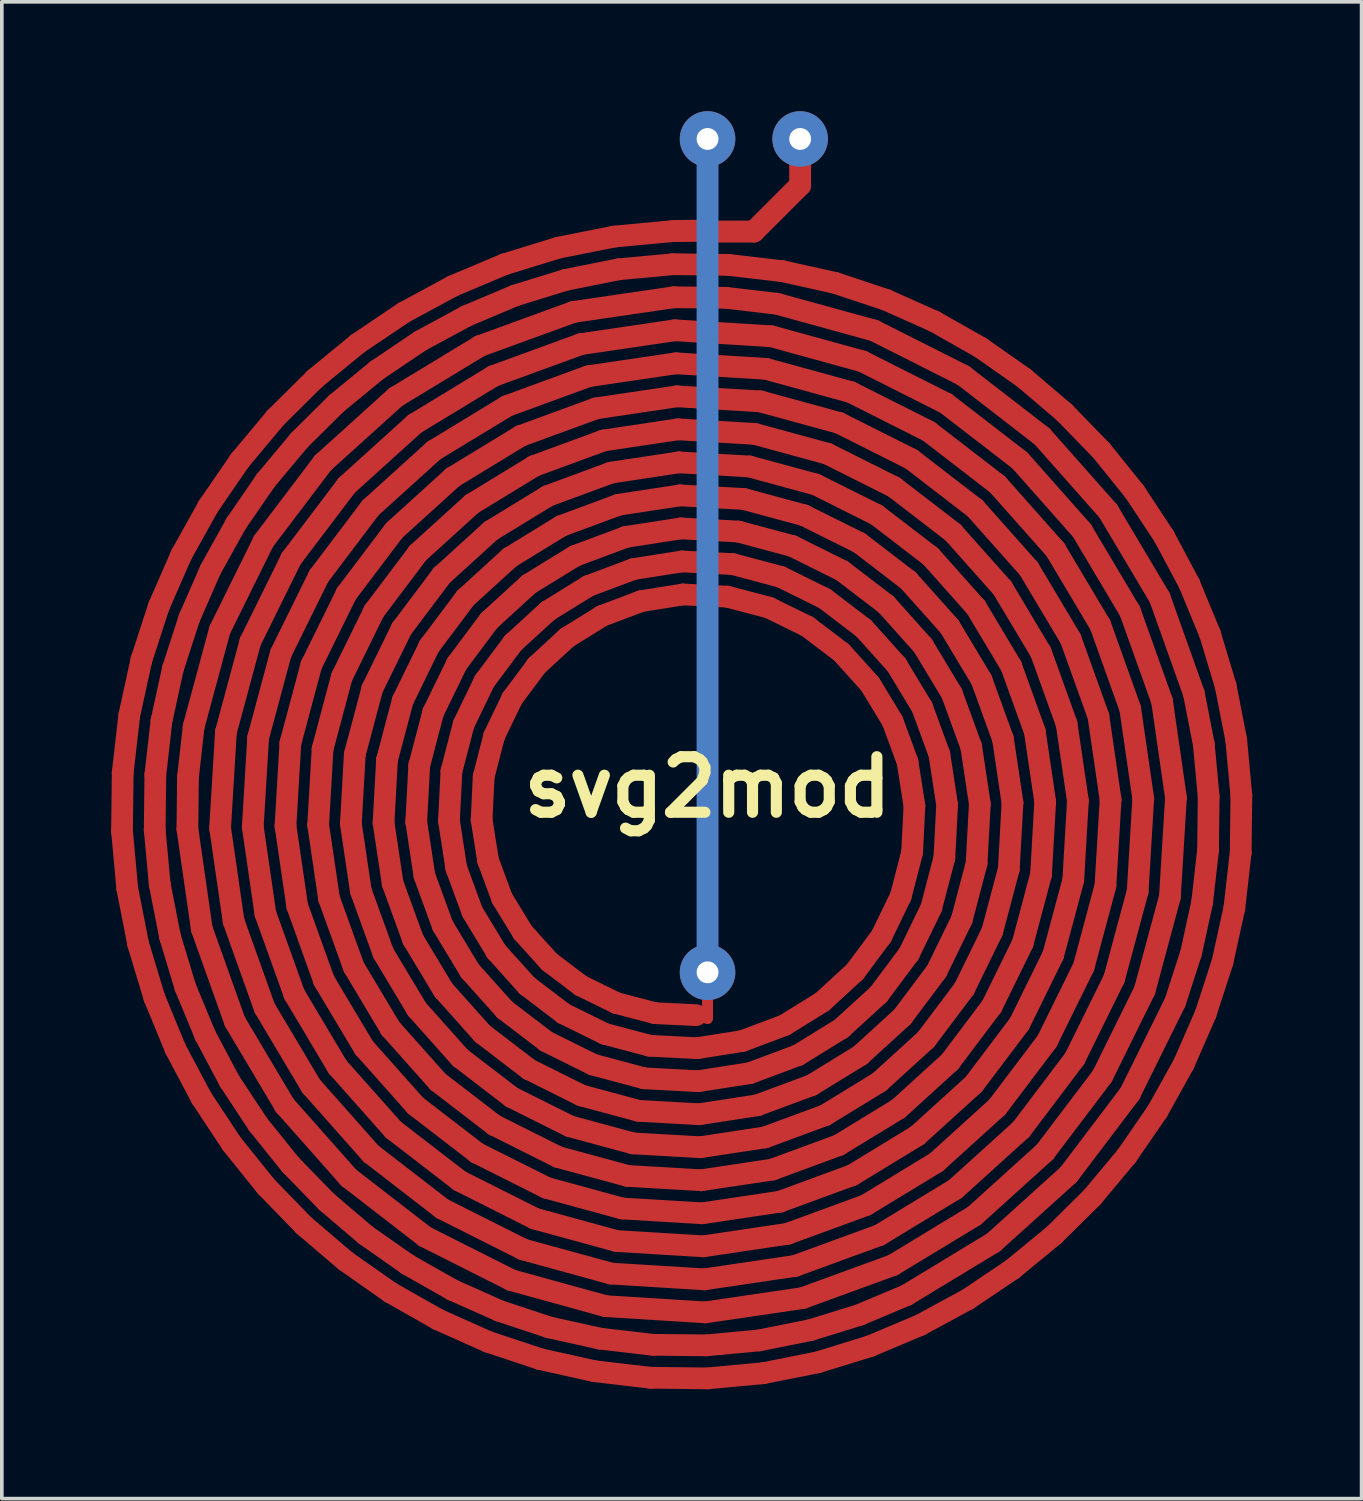
<source format=kicad_pcb>
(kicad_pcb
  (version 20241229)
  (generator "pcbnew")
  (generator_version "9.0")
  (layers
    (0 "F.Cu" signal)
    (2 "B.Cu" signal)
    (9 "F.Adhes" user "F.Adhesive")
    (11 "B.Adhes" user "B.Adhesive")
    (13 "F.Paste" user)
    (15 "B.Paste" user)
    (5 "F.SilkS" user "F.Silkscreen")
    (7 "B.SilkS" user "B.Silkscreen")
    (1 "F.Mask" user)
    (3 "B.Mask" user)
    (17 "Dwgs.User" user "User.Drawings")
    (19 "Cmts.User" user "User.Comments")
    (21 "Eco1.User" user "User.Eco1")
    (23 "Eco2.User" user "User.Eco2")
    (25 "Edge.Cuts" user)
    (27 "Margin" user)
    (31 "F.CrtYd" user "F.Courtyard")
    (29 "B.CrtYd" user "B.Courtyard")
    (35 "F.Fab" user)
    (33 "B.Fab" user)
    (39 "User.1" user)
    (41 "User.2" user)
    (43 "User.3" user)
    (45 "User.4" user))
  (footprint "svg2mod"
    (layer "F.Cu")
    (at 16.359 18.542)
    (property "Reference" "svg2mod" (at 0 0 0) (layer "F.SilkS") (effects (font (size 1.524 1.524) (thickness 0.305))))
    (attr smd)
    (fp_line (start -16.062 1.206) (end -16.043 -0.399) (stroke (width 0.596) (type solid)) (layer "F.Cu"))
    (fp_line (start -16.043 -0.399) (end -15.863 -1.967) (stroke (width 0.596) (type solid)) (layer "F.Cu"))
    (fp_line (start -15.918 2.779) (end -16.062 1.206) (stroke (width 0.596) (type solid)) (layer "F.Cu"))
    (fp_line (start -15.863 -1.967) (end -15.53 -3.491) (stroke (width 0.596) (type solid)) (layer "F.Cu"))
    (fp_line (start -15.619 4.305) (end -15.918 2.779) (stroke (width 0.596) (type solid)) (layer "F.Cu"))
    (fp_line (start -15.53 -3.491) (end -15.052 -4.961) (stroke (width 0.596) (type solid)) (layer "F.Cu"))
    (fp_line (start -15.175 5.776) (end -15.619 4.305) (stroke (width 0.596) (type solid)) (layer "F.Cu"))
    (fp_line (start -15.165 1.177) (end -15.148 -0.336) (stroke (width 0.596) (type solid)) (layer "F.Cu"))
    (fp_line (start -15.148 -0.336) (end -14.98 -1.815) (stroke (width 0.596) (type solid)) (layer "F.Cu"))
    (fp_line (start -15.052 -4.961) (end -14.437 -6.369) (stroke (width 0.596) (type solid)) (layer "F.Cu"))
    (fp_line (start -15.028 2.659) (end -15.165 1.177) (stroke (width 0.596) (type solid)) (layer "F.Cu"))
    (fp_line (start -14.98 -1.815) (end -14.666 -3.251) (stroke (width 0.596) (type solid)) (layer "F.Cu"))
    (fp_line (start -14.747 4.096) (end -15.028 2.659) (stroke (width 0.596) (type solid)) (layer "F.Cu"))
    (fp_line (start -14.666 -3.251) (end -14.216 -4.638) (stroke (width 0.596) (type solid)) (layer "F.Cu"))
    (fp_line (start -14.594 7.185) (end -15.175 5.776) (stroke (width 0.596) (type solid)) (layer "F.Cu"))
    (fp_line (start -14.437 -6.369) (end -13.693 -7.705) (stroke (width 0.596) (type solid)) (layer "F.Cu"))
    (fp_line (start -14.328 5.482) (end -14.747 4.096) (stroke (width 0.596) (type solid)) (layer "F.Cu"))
    (fp_line (start -14.268 1.149) (end -14.253 -0.273) (stroke (width 0.596) (type solid)) (layer "F.Cu"))
    (fp_line (start -14.253 -0.273) (end -14.096 -1.662) (stroke (width 0.596) (type solid)) (layer "F.Cu"))
    (fp_line (start -14.216 -4.638) (end -13.636 -5.965) (stroke (width 0.596) (type solid)) (layer "F.Cu"))
    (fp_line (start -14.096 -1.662) (end -13.38 -4.314) (stroke (width 0.596) (type solid)) (layer "F.Cu"))
    (fp_line (start -13.884 8.523) (end -14.594 7.185) (stroke (width 0.596) (type solid)) (layer "F.Cu"))
    (fp_line (start -13.874 3.888) (end -14.268 1.149) (stroke (width 0.596) (type solid)) (layer "F.Cu"))
    (fp_line (start -13.779 6.809) (end -14.328 5.482) (stroke (width 0.596) (type solid)) (layer "F.Cu"))
    (fp_line (start -13.693 -7.705) (end -12.829 -8.962) (stroke (width 0.596) (type solid)) (layer "F.Cu"))
    (fp_line (start -13.636 -5.965) (end -12.936 -7.226) (stroke (width 0.596) (type solid)) (layer "F.Cu"))
    (fp_line (start -13.38 -4.314) (end -12.178 -6.746) (stroke (width 0.596) (type solid)) (layer "F.Cu"))
    (fp_line (start -13.371 1.12) (end -13.212 -1.509) (stroke (width 0.596) (type solid)) (layer "F.Cu"))
    (fp_line (start -13.212 -1.509) (end -12.543 -3.991) (stroke (width 0.596) (type solid)) (layer "F.Cu"))
    (fp_line (start -13.11 8.069) (end -13.779 6.809) (stroke (width 0.596) (type solid)) (layer "F.Cu"))
    (fp_line (start -13.053 9.782) (end -13.884 8.523) (stroke (width 0.596) (type solid)) (layer "F.Cu"))
    (fp_line (start -13.001 3.679) (end -13.371 1.12) (stroke (width 0.596) (type solid)) (layer "F.Cu"))
    (fp_line (start -12.965 6.434) (end -13.874 3.888) (stroke (width 0.596) (type solid)) (layer "F.Cu"))
    (fp_line (start -12.936 -7.226) (end -12.121 -8.411) (stroke (width 0.596) (type solid)) (layer "F.Cu"))
    (fp_line (start -12.829 -8.962) (end -11.852 -10.131) (stroke (width 0.596) (type solid)) (layer "F.Cu"))
    (fp_line (start -12.543 -3.991) (end -11.421 -6.266) (stroke (width 0.596) (type solid)) (layer "F.Cu"))
    (fp_line (start -12.475 1.092) (end -12.328 -1.357) (stroke (width 0.596) (type solid)) (layer "F.Cu"))
    (fp_line (start -12.328 -1.357) (end -11.707 -3.667) (stroke (width 0.596) (type solid)) (layer "F.Cu"))
    (fp_line (start -12.327 9.255) (end -13.11 8.069) (stroke (width 0.596) (type solid)) (layer "F.Cu"))
    (fp_line (start -12.178 -6.746) (end -10.55 -8.895) (stroke (width 0.596) (type solid)) (layer "F.Cu"))
    (fp_line (start -12.151 6.058) (end -13.001 3.679) (stroke (width 0.596) (type solid)) (layer "F.Cu"))
    (fp_line (start -12.129 3.471) (end -12.475 1.092) (stroke (width 0.596) (type solid)) (layer "F.Cu"))
    (fp_line (start -12.121 -8.411) (end -11.201 -9.513) (stroke (width 0.596) (type solid)) (layer "F.Cu"))
    (fp_line (start -12.111 10.953) (end -13.053 9.782) (stroke (width 0.596) (type solid)) (layer "F.Cu"))
    (fp_line (start -11.852 -10.131) (end -10.772 -11.202) (stroke (width 0.596) (type solid)) (layer "F.Cu"))
    (fp_line (start -11.707 -3.667) (end -10.663 -5.786) (stroke (width 0.596) (type solid)) (layer "F.Cu"))
    (fp_line (start -11.601 8.728) (end -12.965 6.434) (stroke (width 0.596) (type solid)) (layer "F.Cu"))
    (fp_line (start -11.578 1.063) (end -11.444 -1.204) (stroke (width 0.596) (type solid)) (layer "F.Cu"))
    (fp_line (start -11.444 -1.204) (end -10.871 -3.344) (stroke (width 0.596) (type solid)) (layer "F.Cu"))
    (fp_line (start -11.439 10.358) (end -12.327 9.255) (stroke (width 0.596) (type solid)) (layer "F.Cu"))
    (fp_line (start -11.421 -6.266) (end -9.898 -8.277) (stroke (width 0.596) (type solid)) (layer "F.Cu"))
    (fp_line (start -11.336 5.682) (end -12.129 3.471) (stroke (width 0.596) (type solid)) (layer "F.Cu"))
    (fp_line (start -11.256 3.262) (end -11.578 1.063) (stroke (width 0.596) (type solid)) (layer "F.Cu"))
    (fp_line (start -11.201 -9.513) (end -10.182 -10.523) (stroke (width 0.596) (type solid)) (layer "F.Cu"))
    (fp_line (start -11.066 12.029) (end -12.111 10.953) (stroke (width 0.596) (type solid)) (layer "F.Cu"))
    (fp_line (start -10.875 8.201) (end -12.151 6.058) (stroke (width 0.596) (type solid)) (layer "F.Cu"))
    (fp_line (start -10.871 -3.344) (end -9.906 -5.306) (stroke (width 0.596) (type solid)) (layer "F.Cu"))
    (fp_line (start -10.772 -11.202) (end -9.595 -12.168) (stroke (width 0.596) (type solid)) (layer "F.Cu"))
    (fp_line (start -10.681 1.035) (end -10.56 -1.051) (stroke (width 0.596) (type solid)) (layer "F.Cu"))
    (fp_line (start -10.663 -5.786) (end -9.247 -7.659) (stroke (width 0.596) (type solid)) (layer "F.Cu"))
    (fp_line (start -10.56 -1.051) (end -10.035 -3.02) (stroke (width 0.596) (type solid)) (layer "F.Cu"))
    (fp_line (start -10.55 -8.895) (end -8.552 -10.701) (stroke (width 0.596) (type solid)) (layer "F.Cu"))
    (fp_line (start -10.522 5.306) (end -11.256 3.262) (stroke (width 0.596) (type solid)) (layer "F.Cu"))
    (fp_line (start -10.454 11.371) (end -11.439 10.358) (stroke (width 0.596) (type solid)) (layer "F.Cu"))
    (fp_line (start -10.384 3.054) (end -10.681 1.035) (stroke (width 0.596) (type solid)) (layer "F.Cu"))
    (fp_line (start -10.182 -10.523) (end -9.073 -11.434) (stroke (width 0.596) (type solid)) (layer "F.Cu"))
    (fp_line (start -10.149 7.674) (end -11.336 5.682) (stroke (width 0.596) (type solid)) (layer "F.Cu"))
    (fp_line (start -10.035 -3.02) (end -9.149 -4.826) (stroke (width 0.596) (type solid)) (layer "F.Cu"))
    (fp_line (start -9.925 13.001) (end -11.066 12.029) (stroke (width 0.596) (type solid)) (layer "F.Cu"))
    (fp_line (start -9.906 -5.306) (end -8.595 -7.041) (stroke (width 0.596) (type solid)) (layer "F.Cu"))
    (fp_line (start -9.898 -8.277) (end -8.03 -9.967) (stroke (width 0.596) (type solid)) (layer "F.Cu"))
    (fp_line (start -9.842 10.713) (end -11.601 8.728) (stroke (width 0.596) (type solid)) (layer "F.Cu"))
    (fp_line (start -9.784 1.006) (end -9.677 -0.898) (stroke (width 0.596) (type solid)) (layer "F.Cu"))
    (fp_line (start -9.707 4.93) (end -10.384 3.054) (stroke (width 0.596) (type solid)) (layer "F.Cu"))
    (fp_line (start -9.677 -0.898) (end -9.199 -2.697) (stroke (width 0.596) (type solid)) (layer "F.Cu"))
    (fp_line (start -9.595 -12.168) (end -8.331 -13.019) (stroke (width 0.596) (type solid)) (layer "F.Cu"))
    (fp_line (start -9.511 2.846) (end -9.784 1.006) (stroke (width 0.596) (type solid)) (layer "F.Cu"))
    (fp_line (start -9.423 7.147) (end -10.522 5.306) (stroke (width 0.596) (type solid)) (layer "F.Cu"))
    (fp_line (start -9.379 12.287) (end -10.454 11.371) (stroke (width 0.596) (type solid)) (layer "F.Cu"))
    (fp_line (start -9.247 -7.659) (end -7.508 -9.234) (stroke (width 0.596) (type solid)) (layer "F.Cu"))
    (fp_line (start -9.231 10.055) (end -10.875 8.201) (stroke (width 0.596) (type solid)) (layer "F.Cu"))
    (fp_line (start -9.199 -2.697) (end -8.391 -4.346) (stroke (width 0.596) (type solid)) (layer "F.Cu"))
    (fp_line (start -9.149 -4.826) (end -7.944 -6.424) (stroke (width 0.596) (type solid)) (layer "F.Cu"))
    (fp_line (start -9.073 -11.434) (end -7.882 -12.237) (stroke (width 0.596) (type solid)) (layer "F.Cu"))
    (fp_line (start -8.893 4.554) (end -9.511 2.846) (stroke (width 0.596) (type solid)) (layer "F.Cu"))
    (fp_line (start -8.888 0.978) (end -8.793 -0.746) (stroke (width 0.596) (type solid)) (layer "F.Cu"))
    (fp_line (start -8.793 -0.746) (end -8.363 -2.373) (stroke (width 0.596) (type solid)) (layer "F.Cu"))
    (fp_line (start -8.699 13.862) (end -9.925 13.001) (stroke (width 0.596) (type solid)) (layer "F.Cu"))
    (fp_line (start -8.697 6.62) (end -9.707 4.93) (stroke (width 0.596) (type solid)) (layer "F.Cu"))
    (fp_line (start -8.639 2.637) (end -8.888 0.978) (stroke (width 0.596) (type solid)) (layer "F.Cu"))
    (fp_line (start -8.619 9.397) (end -10.149 7.674) (stroke (width 0.596) (type solid)) (layer "F.Cu"))
    (fp_line (start -8.595 -7.041) (end -6.987 -8.5) (stroke (width 0.596) (type solid)) (layer "F.Cu"))
    (fp_line (start -8.552 -10.701) (end -6.243 -12.101) (stroke (width 0.596) (type solid)) (layer "F.Cu"))
    (fp_line (start -8.391 -4.346) (end -7.293 -5.806) (stroke (width 0.596) (type solid)) (layer "F.Cu"))
    (fp_line (start -8.363 -2.373) (end -7.634 -3.866) (stroke (width 0.596) (type solid)) (layer "F.Cu"))
    (fp_line (start -8.331 -13.019) (end -6.987 -13.746) (stroke (width 0.596) (type solid)) (layer "F.Cu"))
    (fp_line (start -8.224 13.097) (end -9.379 12.287) (stroke (width 0.596) (type solid)) (layer "F.Cu"))
    (fp_line (start -8.079 4.178) (end -8.639 2.637) (stroke (width 0.596) (type solid)) (layer "F.Cu"))
    (fp_line (start -8.03 -9.967) (end -5.871 -11.278) (stroke (width 0.596) (type solid)) (layer "F.Cu"))
    (fp_line (start -8.007 8.739) (end -9.423 7.147) (stroke (width 0.596) (type solid)) (layer "F.Cu"))
    (fp_line (start -7.991 0.95) (end -7.909 -0.593) (stroke (width 0.596) (type solid)) (layer "F.Cu"))
    (fp_line (start -7.971 6.093) (end -8.893 4.554) (stroke (width 0.596) (type solid)) (layer "F.Cu"))
    (fp_line (start -7.944 -6.424) (end -6.465 -7.767) (stroke (width 0.596) (type solid)) (layer "F.Cu"))
    (fp_line (start -7.909 -0.593) (end -7.527 -2.05) (stroke (width 0.596) (type solid)) (layer "F.Cu"))
    (fp_line (start -7.882 -12.237) (end -6.615 -12.923) (stroke (width 0.596) (type solid)) (layer "F.Cu"))
    (fp_line (start -7.766 2.429) (end -7.991 0.95) (stroke (width 0.596) (type solid)) (layer "F.Cu"))
    (fp_line (start -7.749 12.332) (end -9.842 10.713) (stroke (width 0.596) (type solid)) (layer "F.Cu"))
    (fp_line (start -7.634 -3.866) (end -6.641 -5.188) (stroke (width 0.596) (type solid)) (layer "F.Cu"))
    (fp_line (start -7.527 -2.05) (end -6.876 -3.386) (stroke (width 0.596) (type solid)) (layer "F.Cu"))
    (fp_line (start -7.508 -9.234) (end -5.499 -10.455) (stroke (width 0.596) (type solid)) (layer "F.Cu"))
    (fp_line (start -7.396 8.081) (end -8.697 6.62) (stroke (width 0.596) (type solid)) (layer "F.Cu"))
    (fp_line (start -7.394 14.602) (end -8.699 13.862) (stroke (width 0.596) (type solid)) (layer "F.Cu"))
    (fp_line (start -7.293 -5.806) (end -5.943 -7.033) (stroke (width 0.596) (type solid)) (layer "F.Cu"))
    (fp_line (start -7.274 11.567) (end -9.231 10.055) (stroke (width 0.596) (type solid)) (layer "F.Cu"))
    (fp_line (start -7.264 3.802) (end -7.766 2.429) (stroke (width 0.596) (type solid)) (layer "F.Cu"))
    (fp_line (start -7.244 5.566) (end -8.079 4.178) (stroke (width 0.596) (type solid)) (layer "F.Cu"))
    (fp_line (start -7.094 0.921) (end -7.025 -0.44) (stroke (width 0.596) (type solid)) (layer "F.Cu"))
    (fp_line (start -7.025 -0.44) (end -6.69 -1.726) (stroke (width 0.596) (type solid)) (layer "F.Cu"))
    (fp_line (start -6.995 13.794) (end -8.224 13.097) (stroke (width 0.596) (type solid)) (layer "F.Cu"))
    (fp_line (start -6.987 -13.746) (end -5.572 -14.342) (stroke (width 0.596) (type solid)) (layer "F.Cu"))
    (fp_line (start -6.987 -8.5) (end -5.127 -9.633) (stroke (width 0.596) (type solid)) (layer "F.Cu"))
    (fp_line (start -6.893 2.22) (end -7.094 0.921) (stroke (width 0.596) (type solid)) (layer "F.Cu"))
    (fp_line (start -6.876 -3.386) (end -5.99 -4.57) (stroke (width 0.596) (type solid)) (layer "F.Cu"))
    (fp_line (start -6.798 10.801) (end -8.619 9.397) (stroke (width 0.596) (type solid)) (layer "F.Cu"))
    (fp_line (start -6.784 7.423) (end -7.971 6.093) (stroke (width 0.596) (type solid)) (layer "F.Cu"))
    (fp_line (start -6.69 -1.726) (end -6.119 -2.907) (stroke (width 0.596) (type solid)) (layer "F.Cu"))
    (fp_line (start -6.641 -5.188) (end -5.422 -6.3) (stroke (width 0.596) (type solid)) (layer "F.Cu"))
    (fp_line (start -6.615 -12.923) (end -5.281 -13.486) (stroke (width 0.596) (type solid)) (layer "F.Cu"))
    (fp_line (start -6.518 5.039) (end -7.264 3.802) (stroke (width 0.596) (type solid)) (layer "F.Cu"))
    (fp_line (start -6.465 -7.767) (end -4.755 -8.81) (stroke (width 0.596) (type solid)) (layer "F.Cu"))
    (fp_line (start -6.45 3.426) (end -6.893 2.22) (stroke (width 0.596) (type solid)) (layer "F.Cu"))
    (fp_line (start -6.323 10.036) (end -8.007 8.739) (stroke (width 0.596) (type solid)) (layer "F.Cu"))
    (fp_line (start -6.243 -12.101) (end -3.682 -13.034) (stroke (width 0.596) (type solid)) (layer "F.Cu"))
    (fp_line (start -6.198 0.893) (end -6.141 -0.288) (stroke (width 0.596) (type solid)) (layer "F.Cu"))
    (fp_line (start -6.172 6.765) (end -7.244 5.566) (stroke (width 0.596) (type solid)) (layer "F.Cu"))
    (fp_line (start -6.141 -0.288) (end -5.854 -1.403) (stroke (width 0.596) (type solid)) (layer "F.Cu"))
    (fp_line (start -6.119 -2.907) (end -5.339 -3.952) (stroke (width 0.596) (type solid)) (layer "F.Cu"))
    (fp_line (start -6.021 2.012) (end -6.198 0.893) (stroke (width 0.596) (type solid)) (layer "F.Cu"))
    (fp_line (start -6.021 15.215) (end -7.394 14.602) (stroke (width 0.596) (type solid)) (layer "F.Cu"))
    (fp_line (start -5.99 -4.57) (end -4.9 -5.566) (stroke (width 0.596) (type solid)) (layer "F.Cu"))
    (fp_line (start -5.943 -7.033) (end -4.382 -7.987) (stroke (width 0.596) (type solid)) (layer "F.Cu"))
    (fp_line (start -5.871 -11.278) (end -3.475 -12.152) (stroke (width 0.596) (type solid)) (layer "F.Cu"))
    (fp_line (start -5.854 -1.403) (end -5.362 -2.427) (stroke (width 0.596) (type solid)) (layer "F.Cu"))
    (fp_line (start -5.848 9.271) (end -7.396 8.081) (stroke (width 0.596) (type solid)) (layer "F.Cu"))
    (fp_line (start -5.792 4.512) (end -6.45 3.426) (stroke (width 0.596) (type solid)) (layer "F.Cu"))
    (fp_line (start -5.7 14.37) (end -6.995 13.794) (stroke (width 0.596) (type solid)) (layer "F.Cu"))
    (fp_line (start -5.636 3.051) (end -6.021 2.012) (stroke (width 0.596) (type solid)) (layer "F.Cu"))
    (fp_line (start -5.572 -14.342) (end -4.094 -14.797) (stroke (width 0.596) (type solid)) (layer "F.Cu"))
    (fp_line (start -5.561 6.107) (end -6.518 5.039) (stroke (width 0.596) (type solid)) (layer "F.Cu"))
    (fp_line (start -5.499 -10.455) (end -3.269 -11.271) (stroke (width 0.596) (type solid)) (layer "F.Cu"))
    (fp_line (start -5.422 -6.3) (end -4.01 -7.165) (stroke (width 0.596) (type solid)) (layer "F.Cu"))
    (fp_line (start -5.38 13.525) (end -7.749 12.332) (stroke (width 0.596) (type solid)) (layer "F.Cu"))
    (fp_line (start -5.373 8.506) (end -6.784 7.423) (stroke (width 0.596) (type solid)) (layer "F.Cu"))
    (fp_line (start -5.362 -2.427) (end -4.687 -3.334) (stroke (width 0.596) (type solid)) (layer "F.Cu"))
    (fp_line (start -5.339 -3.952) (end -4.378 -4.833) (stroke (width 0.596) (type solid)) (layer "F.Cu"))
    (fp_line (start -5.281 -13.486) (end -3.888 -13.915) (stroke (width 0.596) (type solid)) (layer "F.Cu"))
    (fp_line (start -5.127 -9.633) (end -3.062 -10.389) (stroke (width 0.596) (type solid)) (layer "F.Cu"))
    (fp_line (start -5.066 3.985) (end -5.636 3.051) (stroke (width 0.596) (type solid)) (layer "F.Cu"))
    (fp_line (start -5.06 12.681) (end -7.274 11.567) (stroke (width 0.596) (type solid)) (layer "F.Cu"))
    (fp_line (start -4.949 5.449) (end -5.792 4.512) (stroke (width 0.596) (type solid)) (layer "F.Cu"))
    (fp_line (start -4.9 -5.566) (end -3.638 -6.342) (stroke (width 0.596) (type solid)) (layer "F.Cu"))
    (fp_line (start -4.898 7.741) (end -6.172 6.765) (stroke (width 0.596) (type solid)) (layer "F.Cu"))
    (fp_line (start -4.755 -8.81) (end -2.856 -9.508) (stroke (width 0.596) (type solid)) (layer "F.Cu"))
    (fp_line (start -4.74 11.836) (end -6.798 10.801) (stroke (width 0.596) (type solid)) (layer "F.Cu"))
    (fp_line (start -4.687 -3.334) (end -3.857 -4.1) (stroke (width 0.596) (type solid)) (layer "F.Cu"))
    (fp_line (start -4.586 15.691) (end -6.021 15.215) (stroke (width 0.596) (type solid)) (layer "F.Cu"))
    (fp_line (start -4.423 6.976) (end -5.561 6.107) (stroke (width 0.596) (type solid)) (layer "F.Cu"))
    (fp_line (start -4.419 10.991) (end -6.323 10.036) (stroke (width 0.596) (type solid)) (layer "F.Cu"))
    (fp_line (start -4.382 -7.987) (end -2.65 -8.626) (stroke (width 0.596) (type solid)) (layer "F.Cu"))
    (fp_line (start -4.378 -4.833) (end -3.266 -5.519) (stroke (width 0.596) (type solid)) (layer "F.Cu"))
    (fp_line (start -4.349 14.818) (end -5.7 14.37) (stroke (width 0.596) (type solid)) (layer "F.Cu"))
    (fp_line (start -4.337 4.792) (end -5.066 3.985) (stroke (width 0.596) (type solid)) (layer "F.Cu"))
    (fp_line (start -4.099 10.147) (end -5.848 9.271) (stroke (width 0.596) (type solid)) (layer "F.Cu"))
    (fp_line (start -4.094 -14.797) (end -2.561 -15.102) (stroke (width 0.596) (type solid)) (layer "F.Cu"))
    (fp_line (start -4.01 -7.165) (end -2.443 -7.745) (stroke (width 0.596) (type solid)) (layer "F.Cu"))
    (fp_line (start -3.948 6.211) (end -4.949 5.449) (stroke (width 0.596) (type solid)) (layer "F.Cu"))
    (fp_line (start -3.888 -13.915) (end -2.443 -14.204) (stroke (width 0.596) (type solid)) (layer "F.Cu"))
    (fp_line (start -3.857 -4.1) (end -2.894 -4.697) (stroke (width 0.596) (type solid)) (layer "F.Cu"))
    (fp_line (start -3.779 9.302) (end -5.373 8.506) (stroke (width 0.596) (type solid)) (layer "F.Cu"))
    (fp_line (start -3.682 -13.034) (end -0.925 -13.438) (stroke (width 0.596) (type solid)) (layer "F.Cu"))
    (fp_line (start -3.638 -6.342) (end -2.237 -6.864) (stroke (width 0.596) (type solid)) (layer "F.Cu"))
    (fp_line (start -3.475 -12.152) (end -0.897 -12.532) (stroke (width 0.596) (type solid)) (layer "F.Cu"))
    (fp_line (start -3.473 5.446) (end -4.337 4.792) (stroke (width 0.596) (type solid)) (layer "F.Cu"))
    (fp_line (start -3.459 8.458) (end -4.898 7.741) (stroke (width 0.596) (type solid)) (layer "F.Cu"))
    (fp_line (start -3.269 -11.271) (end -0.869 -11.626) (stroke (width 0.596) (type solid)) (layer "F.Cu"))
    (fp_line (start -3.266 -5.519) (end -2.031 -5.982) (stroke (width 0.596) (type solid)) (layer "F.Cu"))
    (fp_line (start -3.138 7.613) (end -4.423 6.976) (stroke (width 0.596) (type solid)) (layer "F.Cu"))
    (fp_line (start -3.099 16.022) (end -4.586 15.691) (stroke (width 0.596) (type solid)) (layer "F.Cu"))
    (fp_line (start -3.062 -10.389) (end -0.841 -10.72) (stroke (width 0.596) (type solid)) (layer "F.Cu"))
    (fp_line (start -2.948 15.129) (end -4.349 14.818) (stroke (width 0.596) (type solid)) (layer "F.Cu"))
    (fp_line (start -2.894 -4.697) (end -1.824 -5.101) (stroke (width 0.596) (type solid)) (layer "F.Cu"))
    (fp_line (start -2.856 -9.508) (end -0.813 -9.815) (stroke (width 0.596) (type solid)) (layer "F.Cu"))
    (fp_line (start -2.818 6.768) (end -3.948 6.211) (stroke (width 0.596) (type solid)) (layer "F.Cu"))
    (fp_line (start -2.797 14.237) (end -5.38 13.525) (stroke (width 0.596) (type solid)) (layer "F.Cu"))
    (fp_line (start -2.65 -8.626) (end -0.785 -8.909) (stroke (width 0.596) (type solid)) (layer "F.Cu"))
    (fp_line (start -2.646 13.344) (end -5.06 12.681) (stroke (width 0.596) (type solid)) (layer "F.Cu"))
    (fp_line (start -2.561 -15.102) (end -0.982 -15.25) (stroke (width 0.596) (type solid)) (layer "F.Cu"))
    (fp_line (start -2.498 5.924) (end -3.473 5.446) (stroke (width 0.596) (type solid)) (layer "F.Cu"))
    (fp_line (start -2.495 12.451) (end -4.74 11.836) (stroke (width 0.596) (type solid)) (layer "F.Cu"))
    (fp_line (start -2.443 -7.745) (end -0.756 -8.003) (stroke (width 0.596) (type solid)) (layer "F.Cu"))
    (fp_line (start -2.443 -14.204) (end -0.954 -14.344) (stroke (width 0.596) (type solid)) (layer "F.Cu"))
    (fp_line (start -2.344 11.558) (end -4.419 10.991) (stroke (width 0.596) (type solid)) (layer "F.Cu"))
    (fp_line (start -2.237 -6.864) (end -0.728 -7.097) (stroke (width 0.596) (type solid)) (layer "F.Cu"))
    (fp_line (start -2.192 10.665) (end -4.099 10.147) (stroke (width 0.596) (type solid)) (layer "F.Cu"))
    (fp_line (start -2.041 9.773) (end -3.779 9.302) (stroke (width 0.596) (type solid)) (layer "F.Cu"))
    (fp_line (start -2.031 -5.982) (end -0.7 -6.191) (stroke (width 0.596) (type solid)) (layer "F.Cu"))
    (fp_line (start -1.89 8.88) (end -3.459 8.458) (stroke (width 0.596) (type solid)) (layer "F.Cu"))
    (fp_line (start -1.824 -5.101) (end -0.672 -5.285) (stroke (width 0.596) (type solid)) (layer "F.Cu"))
    (fp_line (start -1.739 7.987) (end -3.138 7.613) (stroke (width 0.596) (type solid)) (layer "F.Cu"))
    (fp_line (start -1.588 7.094) (end -2.818 6.768) (stroke (width 0.596) (type solid)) (layer "F.Cu"))
    (fp_line (start -1.569 16.201) (end -3.099 16.022) (stroke (width 0.596) (type solid)) (layer "F.Cu"))
    (fp_line (start -1.506 15.297) (end -2.948 15.129) (stroke (width 0.596) (type solid)) (layer "F.Cu"))
    (fp_line (start -1.436 6.201) (end -2.498 5.924) (stroke (width 0.596) (type solid)) (layer "F.Cu"))
    (fp_line (start -0.982 -15.25) (end -0.883 -15.253) (stroke (width 0.596) (type solid)) (layer "F.Cu"))
    (fp_line (start -0.954 -14.344) (end 0.567 -14.327) (stroke (width 0.596) (type solid)) (layer "F.Cu"))
    (fp_line (start -0.925 -13.438) (end 0.504 -13.423) (stroke (width 0.596) (type solid)) (layer "F.Cu"))
    (fp_line (start -0.897 -12.532) (end 1.751 -12.368) (stroke (width 0.596) (type solid)) (layer "F.Cu"))
    (fp_line (start -0.883 -15.253) (end -0.784 -15.256) (stroke (width 0.596) (type solid)) (layer "F.Cu"))
    (fp_line (start -0.869 -11.626) (end 1.6 -11.475) (stroke (width 0.596) (type solid)) (layer "F.Cu"))
    (fp_line (start -0.841 -10.72) (end 1.448 -10.582) (stroke (width 0.596) (type solid)) (layer "F.Cu"))
    (fp_line (start -0.813 -9.815) (end 1.297 -9.689) (stroke (width 0.596) (type solid)) (layer "F.Cu"))
    (fp_line (start -0.785 -8.909) (end 1.146 -8.796) (stroke (width 0.596) (type solid)) (layer "F.Cu"))
    (fp_line (start -0.784 -15.256) (end -0.685 -15.259) (stroke (width 0.596) (type solid)) (layer "F.Cu"))
    (fp_line (start -0.756 -8.003) (end 0.995 -7.904) (stroke (width 0.596) (type solid)) (layer "F.Cu"))
    (fp_line (start -0.728 -7.097) (end 0.844 -7.011) (stroke (width 0.596) (type solid)) (layer "F.Cu"))
    (fp_line (start -0.7 -6.191) (end 0.693 -6.118) (stroke (width 0.596) (type solid)) (layer "F.Cu"))
    (fp_line (start -0.685 -15.259) (end -0.585 -15.261) (stroke (width 0.596) (type solid)) (layer "F.Cu"))
    (fp_line (start -0.672 -5.285) (end 0.541 -5.225) (stroke (width 0.596) (type solid)) (layer "F.Cu"))
    (fp_line (start -0.585 -15.261) (end -0.486 -15.262) (stroke (width 0.596) (type solid)) (layer "F.Cu"))
    (fp_line (start -0.486 -15.262) (end -0.387 -15.263) (stroke (width 0.596) (type solid)) (layer "F.Cu"))
    (fp_line (start -0.387 -15.263) (end -0.288 -15.262) (stroke (width 0.596) (type solid)) (layer "F.Cu"))
    (fp_line (start -0.313 6.255) (end -1.436 6.201) (stroke (width 0.596) (type solid)) (layer "F.Cu"))
    (fp_line (start -0.288 -15.262) (end -0.189 -15.262) (stroke (width 0.596) (type solid)) (layer "F.Cu"))
    (fp_line (start -0.285 7.161) (end -1.588 7.094) (stroke (width 0.596) (type solid)) (layer "F.Cu"))
    (fp_line (start -0.257 8.067) (end -1.739 7.987) (stroke (width 0.596) (type solid)) (layer "F.Cu"))
    (fp_line (start -0.228 8.973) (end -1.89 8.88) (stroke (width 0.596) (type solid)) (layer "F.Cu"))
    (fp_line (start -0.2 9.878) (end -2.041 9.773) (stroke (width 0.596) (type solid)) (layer "F.Cu"))
    (fp_line (start -0.172 10.784) (end -2.192 10.665) (stroke (width 0.596) (type solid)) (layer "F.Cu"))
    (fp_line (start -0.144 11.69) (end -2.344 11.558) (stroke (width 0.596) (type solid)) (layer "F.Cu"))
    (fp_line (start -0.116 12.596) (end -2.495 12.451) (stroke (width 0.596) (type solid)) (layer "F.Cu"))
    (fp_line (start -0.087 13.502) (end -2.646 13.344) (stroke (width 0.596) (type solid)) (layer "F.Cu"))
    (fp_line (start -0.059 14.408) (end -2.797 14.237) (stroke (width 0.596) (type solid)) (layer "F.Cu"))
    (fp_line (start -0.031 15.313) (end -1.506 15.297) (stroke (width 0.596) (type solid)) (layer "F.Cu"))
    (fp_line (start -0.003 16.219) (end -1.569 16.201) (stroke (width 0.596) (type solid)) (layer "F.Cu"))
    (fp_line (start 0 -15.24) (end 1.27 -15.24) (stroke (width 0.6) (type solid)) (layer "F.Cu"))
    (fp_line (start 0 5.08) (end 0 6.35) (stroke (width 0.3) (type solid)) (layer "F.Cu"))
    (fp_line (start 0.504 -13.423) (end 1.902 -13.26) (stroke (width 0.596) (type solid)) (layer "F.Cu"))
    (fp_line (start 0.541 -5.225) (end 1.687 -4.923) (stroke (width 0.596) (type solid)) (layer "F.Cu"))
    (fp_line (start 0.567 -14.327) (end 2.053 -14.153) (stroke (width 0.596) (type solid)) (layer "F.Cu"))
    (fp_line (start 0.693 -6.118) (end 2.008 -5.768) (stroke (width 0.596) (type solid)) (layer "F.Cu"))
    (fp_line (start 0.844 -7.011) (end 2.328 -6.613) (stroke (width 0.596) (type solid)) (layer "F.Cu"))
    (fp_line (start 0.957 6.964) (end -0.285 7.161) (stroke (width 0.596) (type solid)) (layer "F.Cu"))
    (fp_line (start 0.995 -7.904) (end 2.648 -7.457) (stroke (width 0.596) (type solid)) (layer "F.Cu"))
    (fp_line (start 1.146 -8.796) (end 2.968 -8.302) (stroke (width 0.596) (type solid)) (layer "F.Cu"))
    (fp_line (start 1.163 7.845) (end -0.257 8.067) (stroke (width 0.596) (type solid)) (layer "F.Cu"))
    (fp_line (start 1.27 -15.24) (end 2.54 -16.51) (stroke (width 0.6) (type solid)) (layer "F.Cu"))
    (fp_line (start 1.297 -9.689) (end 3.289 -9.146) (stroke (width 0.596) (type solid)) (layer "F.Cu"))
    (fp_line (start 1.369 8.727) (end -0.228 8.973) (stroke (width 0.596) (type solid)) (layer "F.Cu"))
    (fp_line (start 1.413 15.177) (end -0.031 15.313) (stroke (width 0.596) (type solid)) (layer "F.Cu"))
    (fp_line (start 1.448 -10.582) (end 3.609 -9.991) (stroke (width 0.596) (type solid)) (layer "F.Cu"))
    (fp_line (start 1.531 16.076) (end -0.003 16.219) (stroke (width 0.596) (type solid)) (layer "F.Cu"))
    (fp_line (start 1.576 9.608) (end -0.2 9.878) (stroke (width 0.596) (type solid)) (layer "F.Cu"))
    (fp_line (start 1.6 -11.475) (end 3.929 -10.836) (stroke (width 0.596) (type solid)) (layer "F.Cu"))
    (fp_line (start 1.687 -4.923) (end 2.74 -4.406) (stroke (width 0.596) (type solid)) (layer "F.Cu"))
    (fp_line (start 1.751 -12.368) (end 4.249 -11.68) (stroke (width 0.596) (type solid)) (layer "F.Cu"))
    (fp_line (start 1.782 10.49) (end -0.172 10.784) (stroke (width 0.596) (type solid)) (layer "F.Cu"))
    (fp_line (start 1.902 -13.26) (end 4.57 -12.525) (stroke (width 0.596) (type solid)) (layer "F.Cu"))
    (fp_line (start 1.989 11.371) (end -0.144 11.69) (stroke (width 0.596) (type solid)) (layer "F.Cu"))
    (fp_line (start 2.008 -5.768) (end 3.215 -5.171) (stroke (width 0.596) (type solid)) (layer "F.Cu"))
    (fp_line (start 2.053 -14.153) (end 3.497 -13.832) (stroke (width 0.596) (type solid)) (layer "F.Cu"))
    (fp_line (start 2.109 6.531) (end 0.957 6.964) (stroke (width 0.596) (type solid)) (layer "F.Cu"))
    (fp_line (start 2.195 12.253) (end -0.116 12.596) (stroke (width 0.596) (type solid)) (layer "F.Cu"))
    (fp_line (start 2.328 -6.613) (end 3.69 -5.936) (stroke (width 0.596) (type solid)) (layer "F.Cu"))
    (fp_line (start 2.401 13.134) (end -0.087 13.502) (stroke (width 0.596) (type solid)) (layer "F.Cu"))
    (fp_line (start 2.482 7.353) (end 1.163 7.845) (stroke (width 0.596) (type solid)) (layer "F.Cu"))
    (fp_line (start 2.54 -16.51) (end 2.54 -17.78) (stroke (width 0.6) (type solid)) (layer "F.Cu"))
    (fp_line (start 2.608 14.016) (end -0.059 14.408) (stroke (width 0.596) (type solid)) (layer "F.Cu"))
    (fp_line (start 2.648 -7.457) (end 4.165 -6.701) (stroke (width 0.596) (type solid)) (layer "F.Cu"))
    (fp_line (start 2.74 -4.406) (end 3.672 -3.698) (stroke (width 0.596) (type solid)) (layer "F.Cu"))
    (fp_line (start 2.814 14.897) (end 1.413 15.177) (stroke (width 0.596) (type solid)) (layer "F.Cu"))
    (fp_line (start 2.854 8.176) (end 1.369 8.727) (stroke (width 0.596) (type solid)) (layer "F.Cu"))
    (fp_line (start 2.968 -8.302) (end 4.64 -7.466) (stroke (width 0.596) (type solid)) (layer "F.Cu"))
    (fp_line (start 3.02 15.779) (end 1.531 16.076) (stroke (width 0.596) (type solid)) (layer "F.Cu"))
    (fp_line (start 3.147 5.889) (end 2.109 6.531) (stroke (width 0.596) (type solid)) (layer "F.Cu"))
    (fp_line (start 3.215 -5.171) (end 4.284 -4.356) (stroke (width 0.596) (type solid)) (layer "F.Cu"))
    (fp_line (start 3.226 8.999) (end 1.576 9.608) (stroke (width 0.596) (type solid)) (layer "F.Cu"))
    (fp_line (start 3.289 -9.146) (end 5.115 -8.231) (stroke (width 0.596) (type solid)) (layer "F.Cu"))
    (fp_line (start 3.497 -13.832) (end 4.89 -13.37) (stroke (width 0.596) (type solid)) (layer "F.Cu"))
    (fp_line (start 3.598 9.821) (end 1.782 10.49) (stroke (width 0.596) (type solid)) (layer "F.Cu"))
    (fp_line (start 3.609 -9.991) (end 5.59 -8.996) (stroke (width 0.596) (type solid)) (layer "F.Cu"))
    (fp_line (start 3.668 6.622) (end 2.482 7.353) (stroke (width 0.596) (type solid)) (layer "F.Cu"))
    (fp_line (start 3.672 -3.698) (end 4.459 -2.826) (stroke (width 0.596) (type solid)) (layer "F.Cu"))
    (fp_line (start 3.69 -5.936) (end 4.896 -5.014) (stroke (width 0.596) (type solid)) (layer "F.Cu"))
    (fp_line (start 3.929 -10.836) (end 6.065 -9.761) (stroke (width 0.596) (type solid)) (layer "F.Cu"))
    (fp_line (start 3.97 10.644) (end 1.989 11.371) (stroke (width 0.596) (type solid)) (layer "F.Cu"))
    (fp_line (start 4.042 5.066) (end 3.147 5.889) (stroke (width 0.596) (type solid)) (layer "F.Cu"))
    (fp_line (start 4.165 -6.701) (end 5.507 -5.672) (stroke (width 0.596) (type solid)) (layer "F.Cu"))
    (fp_line (start 4.165 14.48) (end 2.814 14.897) (stroke (width 0.596) (type solid)) (layer "F.Cu"))
    (fp_line (start 4.19 7.356) (end 2.854 8.176) (stroke (width 0.596) (type solid)) (layer "F.Cu"))
    (fp_line (start 4.249 -11.68) (end 6.54 -10.526) (stroke (width 0.596) (type solid)) (layer "F.Cu"))
    (fp_line (start 4.284 -4.356) (end 5.185 -3.353) (stroke (width 0.596) (type solid)) (layer "F.Cu"))
    (fp_line (start 4.342 11.467) (end 2.195 12.253) (stroke (width 0.596) (type solid)) (layer "F.Cu"))
    (fp_line (start 4.456 15.336) (end 3.02 15.779) (stroke (width 0.596) (type solid)) (layer "F.Cu"))
    (fp_line (start 4.459 -2.826) (end 5.072 -1.816) (stroke (width 0.596) (type solid)) (layer "F.Cu"))
    (fp_line (start 4.57 -12.525) (end 7.015 -11.292) (stroke (width 0.596) (type solid)) (layer "F.Cu"))
    (fp_line (start 4.64 -7.466) (end 6.119 -6.33) (stroke (width 0.596) (type solid)) (layer "F.Cu"))
    (fp_line (start 4.694 5.684) (end 3.668 6.622) (stroke (width 0.596) (type solid)) (layer "F.Cu"))
    (fp_line (start 4.712 8.089) (end 3.226 8.999) (stroke (width 0.596) (type solid)) (layer "F.Cu"))
    (fp_line (start 4.714 12.289) (end 2.401 13.134) (stroke (width 0.596) (type solid)) (layer "F.Cu"))
    (fp_line (start 4.77 4.089) (end 4.042 5.066) (stroke (width 0.596) (type solid)) (layer "F.Cu"))
    (fp_line (start 4.89 -13.37) (end 6.224 -12.775) (stroke (width 0.596) (type solid)) (layer "F.Cu"))
    (fp_line (start 4.896 -5.014) (end 5.911 -3.88) (stroke (width 0.596) (type solid)) (layer "F.Cu"))
    (fp_line (start 5.072 -1.816) (end 5.486 -0.693) (stroke (width 0.596) (type solid)) (layer "F.Cu"))
    (fp_line (start 5.086 13.112) (end 2.608 14.016) (stroke (width 0.596) (type solid)) (layer "F.Cu"))
    (fp_line (start 5.115 -8.231) (end 6.731 -6.988) (stroke (width 0.596) (type solid)) (layer "F.Cu"))
    (fp_line (start 5.185 -3.353) (end 5.886 -2.192) (stroke (width 0.596) (type solid)) (layer "F.Cu"))
    (fp_line (start 5.234 8.823) (end 3.598 9.821) (stroke (width 0.596) (type solid)) (layer "F.Cu"))
    (fp_line (start 5.302 2.987) (end 4.77 4.089) (stroke (width 0.596) (type solid)) (layer "F.Cu"))
    (fp_line (start 5.345 6.301) (end 4.19 7.356) (stroke (width 0.596) (type solid)) (layer "F.Cu"))
    (fp_line (start 5.458 13.935) (end 4.165 14.48) (stroke (width 0.596) (type solid)) (layer "F.Cu"))
    (fp_line (start 5.486 -0.693) (end 5.675 0.516) (stroke (width 0.596) (type solid)) (layer "F.Cu"))
    (fp_line (start 5.507 -5.672) (end 6.637 -4.407) (stroke (width 0.596) (type solid)) (layer "F.Cu"))
    (fp_line (start 5.527 4.569) (end 4.694 5.684) (stroke (width 0.596) (type solid)) (layer "F.Cu"))
    (fp_line (start 5.59 -8.996) (end 7.342 -7.646) (stroke (width 0.596) (type solid)) (layer "F.Cu"))
    (fp_line (start 5.612 1.787) (end 5.302 2.987) (stroke (width 0.596) (type solid)) (layer "F.Cu"))
    (fp_line (start 5.675 0.516) (end 5.612 1.787) (stroke (width 0.596) (type solid)) (layer "F.Cu"))
    (fp_line (start 5.755 9.556) (end 3.97 10.644) (stroke (width 0.596) (type solid)) (layer "F.Cu"))
    (fp_line (start 5.831 14.757) (end 4.456 15.336) (stroke (width 0.596) (type solid)) (layer "F.Cu"))
    (fp_line (start 5.886 -2.192) (end 6.359 -0.902) (stroke (width 0.596) (type solid)) (layer "F.Cu"))
    (fp_line (start 5.911 -3.88) (end 6.701 -2.568) (stroke (width 0.596) (type solid)) (layer "F.Cu"))
    (fp_line (start 5.996 6.919) (end 4.712 8.089) (stroke (width 0.596) (type solid)) (layer "F.Cu"))
    (fp_line (start 6.065 -9.761) (end 7.954 -8.304) (stroke (width 0.596) (type solid)) (layer "F.Cu"))
    (fp_line (start 6.119 -6.33) (end 7.363 -4.934) (stroke (width 0.596) (type solid)) (layer "F.Cu"))
    (fp_line (start 6.138 3.31) (end 5.527 4.569) (stroke (width 0.596) (type solid)) (layer "F.Cu"))
    (fp_line (start 6.224 -12.775) (end 7.491 -12.057) (stroke (width 0.596) (type solid)) (layer "F.Cu"))
    (fp_line (start 6.277 10.29) (end 4.342 11.467) (stroke (width 0.596) (type solid)) (layer "F.Cu"))
    (fp_line (start 6.284 5.049) (end 5.345 6.301) (stroke (width 0.596) (type solid)) (layer "F.Cu"))
    (fp_line (start 6.359 -0.902) (end 6.572 0.487) (stroke (width 0.596) (type solid)) (layer "F.Cu"))
    (fp_line (start 6.496 1.939) (end 6.138 3.31) (stroke (width 0.596) (type solid)) (layer "F.Cu"))
    (fp_line (start 6.54 -10.526) (end 8.566 -8.962) (stroke (width 0.596) (type solid)) (layer "F.Cu"))
    (fp_line (start 6.572 0.487) (end 6.496 1.939) (stroke (width 0.596) (type solid)) (layer "F.Cu"))
    (fp_line (start 6.637 -4.407) (end 7.515 -2.944) (stroke (width 0.596) (type solid)) (layer "F.Cu"))
    (fp_line (start 6.648 7.537) (end 5.234 8.823) (stroke (width 0.596) (type solid)) (layer "F.Cu"))
    (fp_line (start 6.701 -2.568) (end 7.232 -1.11) (stroke (width 0.596) (type solid)) (layer "F.Cu"))
    (fp_line (start 6.731 -6.988) (end 8.089 -5.461) (stroke (width 0.596) (type solid)) (layer "F.Cu"))
    (fp_line (start 6.799 11.023) (end 4.714 12.289) (stroke (width 0.596) (type solid)) (layer "F.Cu"))
    (fp_line (start 6.974 3.634) (end 6.284 5.049) (stroke (width 0.596) (type solid)) (layer "F.Cu"))
    (fp_line (start 7.015 -11.292) (end 9.177 -9.62) (stroke (width 0.596) (type solid)) (layer "F.Cu"))
    (fp_line (start 7.042 5.529) (end 5.996 6.919) (stroke (width 0.596) (type solid)) (layer "F.Cu"))
    (fp_line (start 7.136 14.05) (end 5.831 14.757) (stroke (width 0.596) (type solid)) (layer "F.Cu"))
    (fp_line (start 7.232 -1.11) (end 7.469 0.459) (stroke (width 0.596) (type solid)) (layer "F.Cu"))
    (fp_line (start 7.299 8.155) (end 5.755 9.556) (stroke (width 0.596) (type solid)) (layer "F.Cu"))
    (fp_line (start 7.32 11.757) (end 5.086 13.112) (stroke (width 0.596) (type solid)) (layer "F.Cu"))
    (fp_line (start 7.342 -7.646) (end 8.815 -5.988) (stroke (width 0.596) (type solid)) (layer "F.Cu"))
    (fp_line (start 7.363 -4.934) (end 8.33 -3.319) (stroke (width 0.596) (type solid)) (layer "F.Cu"))
    (fp_line (start 7.38 2.092) (end 6.974 3.634) (stroke (width 0.596) (type solid)) (layer "F.Cu"))
    (fp_line (start 7.469 0.459) (end 7.38 2.092) (stroke (width 0.596) (type solid)) (layer "F.Cu"))
    (fp_line (start 7.491 -12.057) (end 8.682 -11.221) (stroke (width 0.596) (type solid)) (layer "F.Cu"))
    (fp_line (start 7.515 -2.944) (end 8.104 -1.319) (stroke (width 0.596) (type solid)) (layer "F.Cu"))
    (fp_line (start 7.799 6.009) (end 6.648 7.537) (stroke (width 0.596) (type solid)) (layer "F.Cu"))
    (fp_line (start 7.81 3.957) (end 7.042 5.529) (stroke (width 0.596) (type solid)) (layer "F.Cu"))
    (fp_line (start 7.842 12.49) (end 5.458 13.935) (stroke (width 0.596) (type solid)) (layer "F.Cu"))
    (fp_line (start 7.95 8.773) (end 6.277 10.29) (stroke (width 0.596) (type solid)) (layer "F.Cu"))
    (fp_line (start 7.954 -8.304) (end 9.541 -6.515) (stroke (width 0.596) (type solid)) (layer "F.Cu"))
    (fp_line (start 8.089 -5.461) (end 9.144 -3.695) (stroke (width 0.596) (type solid)) (layer "F.Cu"))
    (fp_line (start 8.104 -1.319) (end 8.365 0.43) (stroke (width 0.596) (type solid)) (layer "F.Cu"))
    (fp_line (start 8.264 2.245) (end 7.81 3.957) (stroke (width 0.596) (type solid)) (layer "F.Cu"))
    (fp_line (start 8.33 -3.319) (end 8.977 -1.527) (stroke (width 0.596) (type solid)) (layer "F.Cu"))
    (fp_line (start 8.364 13.224) (end 7.136 14.05) (stroke (width 0.596) (type solid)) (layer "F.Cu"))
    (fp_line (start 8.365 0.43) (end 8.264 2.245) (stroke (width 0.596) (type solid)) (layer "F.Cu"))
    (fp_line (start 8.557 6.489) (end 7.299 8.155) (stroke (width 0.596) (type solid)) (layer "F.Cu"))
    (fp_line (start 8.566 -8.962) (end 10.267 -7.042) (stroke (width 0.596) (type solid)) (layer "F.Cu"))
    (fp_line (start 8.602 9.391) (end 6.799 11.023) (stroke (width 0.596) (type solid)) (layer "F.Cu"))
    (fp_line (start 8.646 4.281) (end 7.799 6.009) (stroke (width 0.596) (type solid)) (layer "F.Cu"))
    (fp_line (start 8.682 -11.221) (end 9.789 -10.278) (stroke (width 0.596) (type solid)) (layer "F.Cu"))
    (fp_line (start 8.815 -5.988) (end 9.958 -4.071) (stroke (width 0.596) (type solid)) (layer "F.Cu"))
    (fp_line (start 8.977 -1.527) (end 9.262 0.402) (stroke (width 0.596) (type solid)) (layer "F.Cu"))
    (fp_line (start 9.144 -3.695) (end 9.849 -1.736) (stroke (width 0.596) (type solid)) (layer "F.Cu"))
    (fp_line (start 9.148 2.397) (end 8.646 4.281) (stroke (width 0.596) (type solid)) (layer "F.Cu"))
    (fp_line (start 9.177 -9.62) (end 10.993 -7.569) (stroke (width 0.596) (type solid)) (layer "F.Cu"))
    (fp_line (start 9.253 10.009) (end 7.32 11.757) (stroke (width 0.596) (type solid)) (layer "F.Cu"))
    (fp_line (start 9.262 0.402) (end 9.148 2.397) (stroke (width 0.596) (type solid)) (layer "F.Cu"))
    (fp_line (start 9.314 6.969) (end 7.95 8.773) (stroke (width 0.596) (type solid)) (layer "F.Cu"))
    (fp_line (start 9.482 4.604) (end 8.557 6.489) (stroke (width 0.596) (type solid)) (layer "F.Cu"))
    (fp_line (start 9.506 12.285) (end 8.364 13.224) (stroke (width 0.596) (type solid)) (layer "F.Cu"))
    (fp_line (start 9.541 -6.515) (end 10.773 -4.447) (stroke (width 0.596) (type solid)) (layer "F.Cu"))
    (fp_line (start 9.789 -10.278) (end 10.804 -9.233) (stroke (width 0.596) (type solid)) (layer "F.Cu"))
    (fp_line (start 9.849 -1.736) (end 10.159 0.373) (stroke (width 0.596) (type solid)) (layer "F.Cu"))
    (fp_line (start 9.905 10.627) (end 7.842 12.49) (stroke (width 0.596) (type solid)) (layer "F.Cu"))
    (fp_line (start 9.958 -4.071) (end 10.722 -1.944) (stroke (width 0.596) (type solid)) (layer "F.Cu"))
    (fp_line (start 10.032 2.55) (end 9.482 4.604) (stroke (width 0.596) (type solid)) (layer "F.Cu"))
    (fp_line (start 10.071 7.448) (end 8.602 9.391) (stroke (width 0.596) (type solid)) (layer "F.Cu"))
    (fp_line (start 10.159 0.373) (end 10.032 2.55) (stroke (width 0.596) (type solid)) (layer "F.Cu"))
    (fp_line (start 10.267 -7.042) (end 11.587 -4.823) (stroke (width 0.596) (type solid)) (layer "F.Cu"))
    (fp_line (start 10.319 4.928) (end 9.314 6.969) (stroke (width 0.596) (type solid)) (layer "F.Cu"))
    (fp_line (start 10.556 11.245) (end 9.506 12.285) (stroke (width 0.596) (type solid)) (layer "F.Cu"))
    (fp_line (start 10.722 -1.944) (end 11.056 0.345) (stroke (width 0.596) (type solid)) (layer "F.Cu"))
    (fp_line (start 10.773 -4.447) (end 11.594 -2.153) (stroke (width 0.596) (type solid)) (layer "F.Cu"))
    (fp_line (start 10.804 -9.233) (end 11.72 -8.096) (stroke (width 0.596) (type solid)) (layer "F.Cu"))
    (fp_line (start 10.829 7.928) (end 9.253 10.009) (stroke (width 0.596) (type solid)) (layer "F.Cu"))
    (fp_line (start 10.915 2.703) (end 10.319 4.928) (stroke (width 0.596) (type solid)) (layer "F.Cu"))
    (fp_line (start 10.993 -7.569) (end 12.402 -5.199) (stroke (width 0.596) (type solid)) (layer "F.Cu"))
    (fp_line (start 11.056 0.345) (end 10.915 2.703) (stroke (width 0.596) (type solid)) (layer "F.Cu"))
    (fp_line (start 11.155 5.251) (end 10.071 7.448) (stroke (width 0.596) (type solid)) (layer "F.Cu"))
    (fp_line (start 11.504 10.109) (end 10.556 11.245) (stroke (width 0.596) (type solid)) (layer "F.Cu"))
    (fp_line (start 11.586 8.408) (end 9.905 10.627) (stroke (width 0.596) (type solid)) (layer "F.Cu"))
    (fp_line (start 11.587 -4.823) (end 12.467 -2.361) (stroke (width 0.596) (type solid)) (layer "F.Cu"))
    (fp_line (start 11.594 -2.153) (end 11.952 0.316) (stroke (width 0.596) (type solid)) (layer "F.Cu"))
    (fp_line (start 11.72 -8.096) (end 12.526 -6.874) (stroke (width 0.596) (type solid)) (layer "F.Cu"))
    (fp_line (start 11.799 2.856) (end 11.155 5.251) (stroke (width 0.596) (type solid)) (layer "F.Cu"))
    (fp_line (start 11.952 0.316) (end 11.799 2.856) (stroke (width 0.596) (type solid)) (layer "F.Cu"))
    (fp_line (start 11.991 5.575) (end 10.829 7.928) (stroke (width 0.596) (type solid)) (layer "F.Cu"))
    (fp_line (start 12.344 8.888) (end 11.504 10.109) (stroke (width 0.596) (type solid)) (layer "F.Cu"))
    (fp_line (start 12.402 -5.199) (end 13.34 -2.57) (stroke (width 0.596) (type solid)) (layer "F.Cu"))
    (fp_line (start 12.467 -2.361) (end 12.849 0.288) (stroke (width 0.596) (type solid)) (layer "F.Cu"))
    (fp_line (start 12.526 -6.874) (end 13.216 -5.575) (stroke (width 0.596) (type solid)) (layer "F.Cu"))
    (fp_line (start 12.683 3.008) (end 11.991 5.575) (stroke (width 0.596) (type solid)) (layer "F.Cu"))
    (fp_line (start 12.827 5.898) (end 11.586 8.408) (stroke (width 0.596) (type solid)) (layer "F.Cu"))
    (fp_line (start 12.849 0.288) (end 12.683 3.008) (stroke (width 0.596) (type solid)) (layer "F.Cu"))
    (fp_line (start 13.066 7.59) (end 12.344 8.888) (stroke (width 0.596) (type solid)) (layer "F.Cu"))
    (fp_line (start 13.216 -5.575) (end 13.781 -4.207) (stroke (width 0.596) (type solid)) (layer "F.Cu"))
    (fp_line (start 13.263 4.554) (end 12.827 5.898) (stroke (width 0.596) (type solid)) (layer "F.Cu"))
    (fp_line (start 13.34 -2.57) (end 13.613 -1.176) (stroke (width 0.596) (type solid)) (layer "F.Cu"))
    (fp_line (start 13.567 3.161) (end 13.263 4.554) (stroke (width 0.596) (type solid)) (layer "F.Cu"))
    (fp_line (start 13.613 -1.176) (end 13.746 0.26) (stroke (width 0.596) (type solid)) (layer "F.Cu"))
    (fp_line (start 13.663 6.222) (end 13.066 7.59) (stroke (width 0.596) (type solid)) (layer "F.Cu"))
    (fp_line (start 13.73 1.727) (end 13.567 3.161) (stroke (width 0.596) (type solid)) (layer "F.Cu"))
    (fp_line (start 13.746 0.26) (end 13.73 1.727) (stroke (width 0.596) (type solid)) (layer "F.Cu"))
    (fp_line (start 13.781 -4.207) (end 14.212 -2.778) (stroke (width 0.596) (type solid)) (layer "F.Cu"))
    (fp_line (start 14.127 4.794) (end 13.663 6.222) (stroke (width 0.596) (type solid)) (layer "F.Cu"))
    (fp_line (start 14.212 -2.778) (end 14.502 -1.296) (stroke (width 0.596) (type solid)) (layer "F.Cu"))
    (fp_line (start 14.451 3.314) (end 14.127 4.794) (stroke (width 0.596) (type solid)) (layer "F.Cu"))
    (fp_line (start 14.502 -1.296) (end 14.643 0.231) (stroke (width 0.596) (type solid)) (layer "F.Cu"))
    (fp_line (start 14.625 1.79) (end 14.451 3.314) (stroke (width 0.596) (type solid)) (layer "F.Cu"))
    (fp_line (start 14.643 0.231) (end 14.625 1.79) (stroke (width 0.596) (type solid)) (layer "F.Cu"))
    (fp_line (start 0 5.08) (end 0 -17.78) (stroke (width 0.6) (type solid)) (layer "B.Cu"))
    (pad "1" thru_hole circle (at 2.54 -17.78) (size 1.524 1.524) (drill 0.6) (layers "*.Cu" "*.Mask"))
    (pad "2" thru_hole circle (at 0 -17.78) (size 1.524 1.524) (drill 0.6) (layers "*.Cu" "*.Mask"))
    (pad "2" thru_hole circle (at 0 5.08) (size 1.524 1.524) (drill 0.6) (layers "*.Cu" "*.Mask")))
  (gr_rect
    (start -3 -3)
    (end 34.3 38.059)
    (stroke (width 0.1) (type default))
    (fill no)
    (layer "Edge.Cuts")))
</source>
